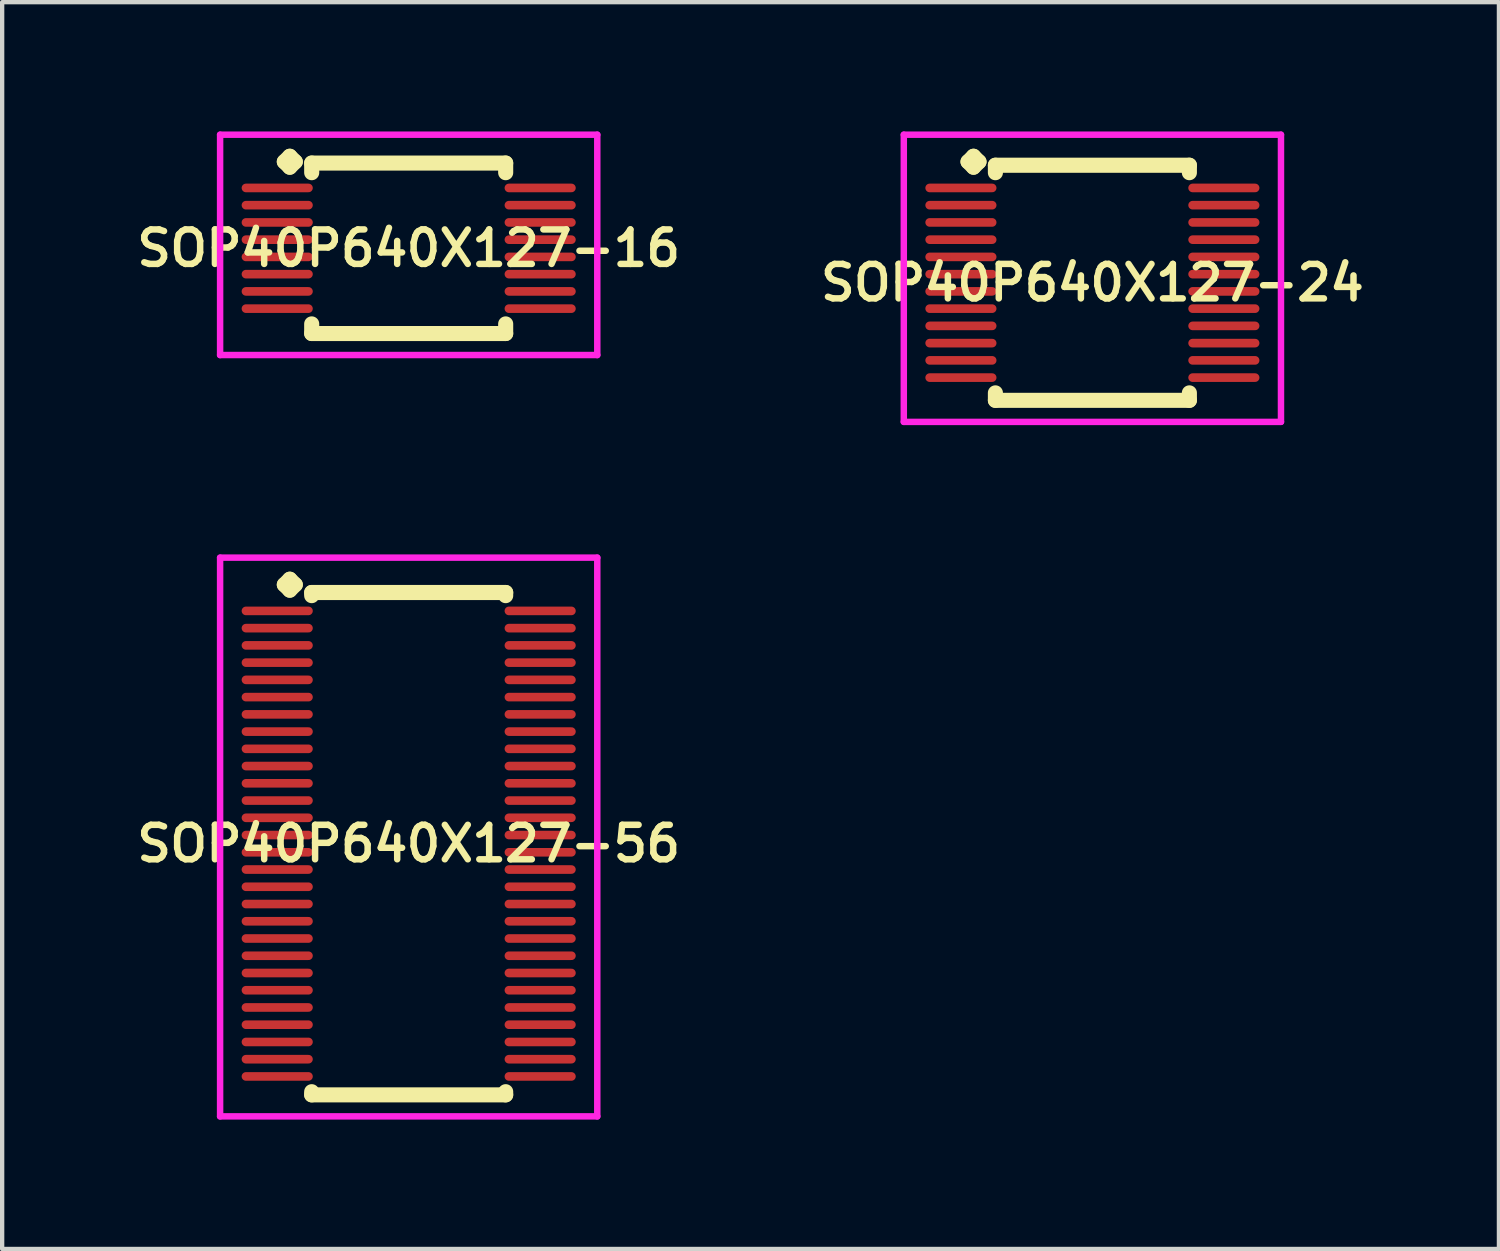
<source format=kicad_pcb>
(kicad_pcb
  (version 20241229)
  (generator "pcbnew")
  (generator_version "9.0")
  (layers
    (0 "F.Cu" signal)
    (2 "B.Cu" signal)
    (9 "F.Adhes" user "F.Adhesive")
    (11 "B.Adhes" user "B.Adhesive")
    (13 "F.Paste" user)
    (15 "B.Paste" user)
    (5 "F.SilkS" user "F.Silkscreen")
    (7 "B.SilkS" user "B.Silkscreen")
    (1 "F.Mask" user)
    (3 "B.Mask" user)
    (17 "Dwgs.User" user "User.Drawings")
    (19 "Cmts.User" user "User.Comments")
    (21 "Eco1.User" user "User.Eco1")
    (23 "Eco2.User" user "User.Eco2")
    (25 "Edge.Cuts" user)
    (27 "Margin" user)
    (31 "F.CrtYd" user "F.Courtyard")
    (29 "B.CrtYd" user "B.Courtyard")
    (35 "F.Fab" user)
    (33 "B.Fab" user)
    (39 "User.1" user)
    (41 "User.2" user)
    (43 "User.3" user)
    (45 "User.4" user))
  (footprint "SOP40P640X127-16"
    (layer "F.Cu")
    (at 6.431 2.71)
    (property "Reference" "SOP40P640X127-16" (at 0 0 0) (layer "F.SilkS") (effects (font (size 0.8 0.8) (thickness 0.15))))
    (attr smd)
    (fp_line (start -2.885 -2.008) (end -2.758 -2.135) (stroke (width 0.35) (type solid)) (layer "F.SilkS"))
    (fp_line (start -2.758 -2.135) (end -2.631 -2.008) (stroke (width 0.35) (type solid)) (layer "F.SilkS"))
    (fp_line (start -2.758 -1.881) (end -2.885 -2.008) (stroke (width 0.35) (type solid)) (layer "F.SilkS"))
    (fp_line (start -2.631 -2.008) (end -2.758 -1.881) (stroke (width 0.35) (type solid)) (layer "F.SilkS"))
    (fp_line (start -2.25 -1.977) (end 2.25 -1.977) (stroke (width 0.35) (type solid)) (layer "F.SilkS"))
    (fp_line (start -2.25 -1.754) (end -2.25 -1.977) (stroke (width 0.35) (type solid)) (layer "F.SilkS"))
    (fp_line (start -2.25 1.754) (end -2.25 1.977) (stroke (width 0.35) (type solid)) (layer "F.SilkS"))
    (fp_line (start -2.25 1.977) (end 2.25 1.977) (stroke (width 0.35) (type solid)) (layer "F.SilkS"))
    (fp_line (start 2.25 -1.977) (end 2.25 -1.754) (stroke (width 0.35) (type solid)) (layer "F.SilkS"))
    (fp_line (start 2.25 1.977) (end 2.25 1.754) (stroke (width 0.35) (type solid)) (layer "F.SilkS"))
    (fp_line (start -4.375 -2.635) (end 4.375 -2.635) (stroke (width 0.15) (type solid)) (layer "F.CrtYd"))
    (fp_line (start -4.375 2.477) (end -4.375 -2.635) (stroke (width 0.15) (type solid)) (layer "F.CrtYd"))
    (fp_line (start 4.375 -2.635) (end 4.375 2.477) (stroke (width 0.15) (type solid)) (layer "F.CrtYd"))
    (fp_line (start 4.375 2.477) (end -4.375 2.477) (stroke (width 0.15) (type solid)) (layer "F.CrtYd"))
    (pad "1" smd oval (at -3.05 -1.4) (size 1.65 0.2) (layers "F.Cu" "F.Mask" "F.Paste"))
    (pad "2" smd oval (at -3.05 -1) (size 1.65 0.2) (layers "F.Cu" "F.Mask" "F.Paste"))
    (pad "3" smd oval (at -3.05 -0.6) (size 1.65 0.2) (layers "F.Cu" "F.Mask" "F.Paste"))
    (pad "4" smd oval (at -3.05 -0.2) (size 1.65 0.2) (layers "F.Cu" "F.Mask" "F.Paste"))
    (pad "5" smd oval (at -3.05 0.2) (size 1.65 0.2) (layers "F.Cu" "F.Mask" "F.Paste"))
    (pad "6" smd oval (at -3.05 0.6) (size 1.65 0.2) (layers "F.Cu" "F.Mask" "F.Paste"))
    (pad "7" smd oval (at -3.05 1) (size 1.65 0.2) (layers "F.Cu" "F.Mask" "F.Paste"))
    (pad "8" smd oval (at -3.05 1.4) (size 1.65 0.2) (layers "F.Cu" "F.Mask" "F.Paste"))
    (pad "9" smd oval (at 3.05 1.4) (size 1.65 0.2) (layers "F.Cu" "F.Mask" "F.Paste"))
    (pad "10" smd oval (at 3.05 1) (size 1.65 0.2) (layers "F.Cu" "F.Mask" "F.Paste"))
    (pad "11" smd oval (at 3.05 0.6) (size 1.65 0.2) (layers "F.Cu" "F.Mask" "F.Paste"))
    (pad "12" smd oval (at 3.05 0.2) (size 1.65 0.2) (layers "F.Cu" "F.Mask" "F.Paste"))
    (pad "13" smd oval (at 3.05 -0.2) (size 1.65 0.2) (layers "F.Cu" "F.Mask" "F.Paste"))
    (pad "14" smd oval (at 3.05 -0.6) (size 1.65 0.2) (layers "F.Cu" "F.Mask" "F.Paste"))
    (pad "15" smd oval (at 3.05 -1) (size 1.65 0.2) (layers "F.Cu" "F.Mask" "F.Paste"))
    (pad "16" smd oval (at 3.05 -1.4) (size 1.65 0.2) (layers "F.Cu" "F.Mask" "F.Paste")))
  (footprint "SOP40P640X127-24"
    (layer "F.Cu")
    (at 22.292 3.51)
    (property "Reference" "SOP40P640X127-24" (at 0 0 0) (layer "F.SilkS") (effects (font (size 0.8 0.8) (thickness 0.15))))
    (attr smd)
    (fp_line (start -2.885 -2.808) (end -2.758 -2.935) (stroke (width 0.35) (type solid)) (layer "F.SilkS"))
    (fp_line (start -2.758 -2.935) (end -2.631 -2.808) (stroke (width 0.35) (type solid)) (layer "F.SilkS"))
    (fp_line (start -2.758 -2.681) (end -2.885 -2.808) (stroke (width 0.35) (type solid)) (layer "F.SilkS"))
    (fp_line (start -2.631 -2.808) (end -2.758 -2.681) (stroke (width 0.35) (type solid)) (layer "F.SilkS"))
    (fp_line (start -2.25 -2.727) (end 2.25 -2.727) (stroke (width 0.35) (type solid)) (layer "F.SilkS"))
    (fp_line (start -2.25 -2.554) (end -2.25 -2.727) (stroke (width 0.35) (type solid)) (layer "F.SilkS"))
    (fp_line (start -2.25 2.554) (end -2.25 2.727) (stroke (width 0.35) (type solid)) (layer "F.SilkS"))
    (fp_line (start -2.25 2.727) (end 2.25 2.727) (stroke (width 0.35) (type solid)) (layer "F.SilkS"))
    (fp_line (start 2.25 -2.727) (end 2.25 -2.554) (stroke (width 0.35) (type solid)) (layer "F.SilkS"))
    (fp_line (start 2.25 2.727) (end 2.25 2.554) (stroke (width 0.35) (type solid)) (layer "F.SilkS"))
    (fp_line (start -4.375 -3.435) (end 4.375 -3.435) (stroke (width 0.15) (type solid)) (layer "F.CrtYd"))
    (fp_line (start -4.375 3.227) (end -4.375 -3.435) (stroke (width 0.15) (type solid)) (layer "F.CrtYd"))
    (fp_line (start 4.375 -3.435) (end 4.375 3.227) (stroke (width 0.15) (type solid)) (layer "F.CrtYd"))
    (fp_line (start 4.375 3.227) (end -4.375 3.227) (stroke (width 0.15) (type solid)) (layer "F.CrtYd"))
    (pad "1" smd oval (at -3.05 -2.2) (size 1.65 0.2) (layers "F.Cu" "F.Mask" "F.Paste"))
    (pad "2" smd oval (at -3.05 -1.8) (size 1.65 0.2) (layers "F.Cu" "F.Mask" "F.Paste"))
    (pad "3" smd oval (at -3.05 -1.4) (size 1.65 0.2) (layers "F.Cu" "F.Mask" "F.Paste"))
    (pad "4" smd oval (at -3.05 -1) (size 1.65 0.2) (layers "F.Cu" "F.Mask" "F.Paste"))
    (pad "5" smd oval (at -3.05 -0.6) (size 1.65 0.2) (layers "F.Cu" "F.Mask" "F.Paste"))
    (pad "6" smd oval (at -3.05 -0.2) (size 1.65 0.2) (layers "F.Cu" "F.Mask" "F.Paste"))
    (pad "7" smd oval (at -3.05 0.2) (size 1.65 0.2) (layers "F.Cu" "F.Mask" "F.Paste"))
    (pad "8" smd oval (at -3.05 0.6) (size 1.65 0.2) (layers "F.Cu" "F.Mask" "F.Paste"))
    (pad "9" smd oval (at -3.05 1) (size 1.65 0.2) (layers "F.Cu" "F.Mask" "F.Paste"))
    (pad "10" smd oval (at -3.05 1.4) (size 1.65 0.2) (layers "F.Cu" "F.Mask" "F.Paste"))
    (pad "11" smd oval (at -3.05 1.8) (size 1.65 0.2) (layers "F.Cu" "F.Mask" "F.Paste"))
    (pad "12" smd oval (at -3.05 2.2) (size 1.65 0.2) (layers "F.Cu" "F.Mask" "F.Paste"))
    (pad "13" smd oval (at 3.05 2.2) (size 1.65 0.2) (layers "F.Cu" "F.Mask" "F.Paste"))
    (pad "14" smd oval (at 3.05 1.8) (size 1.65 0.2) (layers "F.Cu" "F.Mask" "F.Paste"))
    (pad "15" smd oval (at 3.05 1.4) (size 1.65 0.2) (layers "F.Cu" "F.Mask" "F.Paste"))
    (pad "16" smd oval (at 3.05 1) (size 1.65 0.2) (layers "F.Cu" "F.Mask" "F.Paste"))
    (pad "17" smd oval (at 3.05 0.6) (size 1.65 0.2) (layers "F.Cu" "F.Mask" "F.Paste"))
    (pad "18" smd oval (at 3.05 0.2) (size 1.65 0.2) (layers "F.Cu" "F.Mask" "F.Paste"))
    (pad "19" smd oval (at 3.05 -0.2) (size 1.65 0.2) (layers "F.Cu" "F.Mask" "F.Paste"))
    (pad "20" smd oval (at 3.05 -0.6) (size 1.65 0.2) (layers "F.Cu" "F.Mask" "F.Paste"))
    (pad "21" smd oval (at 3.05 -1) (size 1.65 0.2) (layers "F.Cu" "F.Mask" "F.Paste"))
    (pad "22" smd oval (at 3.05 -1.4) (size 1.65 0.2) (layers "F.Cu" "F.Mask" "F.Paste"))
    (pad "23" smd oval (at 3.05 -1.8) (size 1.65 0.2) (layers "F.Cu" "F.Mask" "F.Paste"))
    (pad "24" smd oval (at 3.05 -2.2) (size 1.65 0.2) (layers "F.Cu" "F.Mask" "F.Paste")))
  (footprint "SOP40P640X127-56"
    (layer "F.Cu")
    (at 6.431 16.522)
    (property "Reference" "SOP40P640X127-56" (at 0 0 0) (layer "F.SilkS") (effects (font (size 0.8 0.8) (thickness 0.15))))
    (attr smd)
    (fp_line (start -2.885 -6.008) (end -2.758 -6.135) (stroke (width 0.35) (type solid)) (layer "F.SilkS"))
    (fp_line (start -2.758 -6.135) (end -2.631 -6.008) (stroke (width 0.35) (type solid)) (layer "F.SilkS"))
    (fp_line (start -2.758 -5.881) (end -2.885 -6.008) (stroke (width 0.35) (type solid)) (layer "F.SilkS"))
    (fp_line (start -2.631 -6.008) (end -2.758 -5.881) (stroke (width 0.35) (type solid)) (layer "F.SilkS"))
    (fp_line (start -2.25 -5.827) (end 2.25 -5.827) (stroke (width 0.35) (type solid)) (layer "F.SilkS"))
    (fp_line (start -2.25 -5.754) (end -2.25 -5.827) (stroke (width 0.35) (type solid)) (layer "F.SilkS"))
    (fp_line (start -2.25 5.754) (end -2.25 5.827) (stroke (width 0.35) (type solid)) (layer "F.SilkS"))
    (fp_line (start -2.25 5.827) (end 2.25 5.827) (stroke (width 0.35) (type solid)) (layer "F.SilkS"))
    (fp_line (start 2.25 -5.827) (end 2.25 -5.754) (stroke (width 0.35) (type solid)) (layer "F.SilkS"))
    (fp_line (start 2.25 5.827) (end 2.25 5.754) (stroke (width 0.35) (type solid)) (layer "F.SilkS"))
    (fp_line (start -4.375 -6.635) (end 4.375 -6.635) (stroke (width 0.15) (type solid)) (layer "F.CrtYd"))
    (fp_line (start -4.375 6.327) (end -4.375 -6.635) (stroke (width 0.15) (type solid)) (layer "F.CrtYd"))
    (fp_line (start 4.375 -6.635) (end 4.375 6.327) (stroke (width 0.15) (type solid)) (layer "F.CrtYd"))
    (fp_line (start 4.375 6.327) (end -4.375 6.327) (stroke (width 0.15) (type solid)) (layer "F.CrtYd"))
    (pad "1" smd oval (at -3.05 -5.4) (size 1.65 0.2) (layers "F.Cu" "F.Mask" "F.Paste"))
    (pad "2" smd oval (at -3.05 -5) (size 1.65 0.2) (layers "F.Cu" "F.Mask" "F.Paste"))
    (pad "3" smd oval (at -3.05 -4.6) (size 1.65 0.2) (layers "F.Cu" "F.Mask" "F.Paste"))
    (pad "4" smd oval (at -3.05 -4.2) (size 1.65 0.2) (layers "F.Cu" "F.Mask" "F.Paste"))
    (pad "5" smd oval (at -3.05 -3.8) (size 1.65 0.2) (layers "F.Cu" "F.Mask" "F.Paste"))
    (pad "6" smd oval (at -3.05 -3.4) (size 1.65 0.2) (layers "F.Cu" "F.Mask" "F.Paste"))
    (pad "7" smd oval (at -3.05 -3) (size 1.65 0.2) (layers "F.Cu" "F.Mask" "F.Paste"))
    (pad "8" smd oval (at -3.05 -2.6) (size 1.65 0.2) (layers "F.Cu" "F.Mask" "F.Paste"))
    (pad "9" smd oval (at -3.05 -2.2) (size 1.65 0.2) (layers "F.Cu" "F.Mask" "F.Paste"))
    (pad "10" smd oval (at -3.05 -1.8) (size 1.65 0.2) (layers "F.Cu" "F.Mask" "F.Paste"))
    (pad "11" smd oval (at -3.05 -1.4) (size 1.65 0.2) (layers "F.Cu" "F.Mask" "F.Paste"))
    (pad "12" smd oval (at -3.05 -1) (size 1.65 0.2) (layers "F.Cu" "F.Mask" "F.Paste"))
    (pad "13" smd oval (at -3.05 -0.6) (size 1.65 0.2) (layers "F.Cu" "F.Mask" "F.Paste"))
    (pad "14" smd oval (at -3.05 -0.2) (size 1.65 0.2) (layers "F.Cu" "F.Mask" "F.Paste"))
    (pad "15" smd oval (at -3.05 0.2) (size 1.65 0.2) (layers "F.Cu" "F.Mask" "F.Paste"))
    (pad "16" smd oval (at -3.05 0.6) (size 1.65 0.2) (layers "F.Cu" "F.Mask" "F.Paste"))
    (pad "17" smd oval (at -3.05 1) (size 1.65 0.2) (layers "F.Cu" "F.Mask" "F.Paste"))
    (pad "18" smd oval (at -3.05 1.4) (size 1.65 0.2) (layers "F.Cu" "F.Mask" "F.Paste"))
    (pad "19" smd oval (at -3.05 1.8) (size 1.65 0.2) (layers "F.Cu" "F.Mask" "F.Paste"))
    (pad "20" smd oval (at -3.05 2.2) (size 1.65 0.2) (layers "F.Cu" "F.Mask" "F.Paste"))
    (pad "21" smd oval (at -3.05 2.6) (size 1.65 0.2) (layers "F.Cu" "F.Mask" "F.Paste"))
    (pad "22" smd oval (at -3.05 3) (size 1.65 0.2) (layers "F.Cu" "F.Mask" "F.Paste"))
    (pad "23" smd oval (at -3.05 3.4) (size 1.65 0.2) (layers "F.Cu" "F.Mask" "F.Paste"))
    (pad "24" smd oval (at -3.05 3.8) (size 1.65 0.2) (layers "F.Cu" "F.Mask" "F.Paste"))
    (pad "25" smd oval (at -3.05 4.2) (size 1.65 0.2) (layers "F.Cu" "F.Mask" "F.Paste"))
    (pad "26" smd oval (at -3.05 4.6) (size 1.65 0.2) (layers "F.Cu" "F.Mask" "F.Paste"))
    (pad "27" smd oval (at -3.05 5) (size 1.65 0.2) (layers "F.Cu" "F.Mask" "F.Paste"))
    (pad "28" smd oval (at -3.05 5.4) (size 1.65 0.2) (layers "F.Cu" "F.Mask" "F.Paste"))
    (pad "29" smd oval (at 3.05 5.4) (size 1.65 0.2) (layers "F.Cu" "F.Mask" "F.Paste"))
    (pad "30" smd oval (at 3.05 5) (size 1.65 0.2) (layers "F.Cu" "F.Mask" "F.Paste"))
    (pad "31" smd oval (at 3.05 4.6) (size 1.65 0.2) (layers "F.Cu" "F.Mask" "F.Paste"))
    (pad "32" smd oval (at 3.05 4.2) (size 1.65 0.2) (layers "F.Cu" "F.Mask" "F.Paste"))
    (pad "33" smd oval (at 3.05 3.8) (size 1.65 0.2) (layers "F.Cu" "F.Mask" "F.Paste"))
    (pad "34" smd oval (at 3.05 3.4) (size 1.65 0.2) (layers "F.Cu" "F.Mask" "F.Paste"))
    (pad "35" smd oval (at 3.05 3) (size 1.65 0.2) (layers "F.Cu" "F.Mask" "F.Paste"))
    (pad "36" smd oval (at 3.05 2.6) (size 1.65 0.2) (layers "F.Cu" "F.Mask" "F.Paste"))
    (pad "37" smd oval (at 3.05 2.2) (size 1.65 0.2) (layers "F.Cu" "F.Mask" "F.Paste"))
    (pad "38" smd oval (at 3.05 1.8) (size 1.65 0.2) (layers "F.Cu" "F.Mask" "F.Paste"))
    (pad "39" smd oval (at 3.05 1.4) (size 1.65 0.2) (layers "F.Cu" "F.Mask" "F.Paste"))
    (pad "40" smd oval (at 3.05 1) (size 1.65 0.2) (layers "F.Cu" "F.Mask" "F.Paste"))
    (pad "41" smd oval (at 3.05 0.6) (size 1.65 0.2) (layers "F.Cu" "F.Mask" "F.Paste"))
    (pad "42" smd oval (at 3.05 0.2) (size 1.65 0.2) (layers "F.Cu" "F.Mask" "F.Paste"))
    (pad "43" smd oval (at 3.05 -0.2) (size 1.65 0.2) (layers "F.Cu" "F.Mask" "F.Paste"))
    (pad "44" smd oval (at 3.05 -0.6) (size 1.65 0.2) (layers "F.Cu" "F.Mask" "F.Paste"))
    (pad "45" smd oval (at 3.05 -1) (size 1.65 0.2) (layers "F.Cu" "F.Mask" "F.Paste"))
    (pad "46" smd oval (at 3.05 -1.4) (size 1.65 0.2) (layers "F.Cu" "F.Mask" "F.Paste"))
    (pad "47" smd oval (at 3.05 -1.8) (size 1.65 0.2) (layers "F.Cu" "F.Mask" "F.Paste"))
    (pad "48" smd oval (at 3.05 -2.2) (size 1.65 0.2) (layers "F.Cu" "F.Mask" "F.Paste"))
    (pad "49" smd oval (at 3.05 -2.6) (size 1.65 0.2) (layers "F.Cu" "F.Mask" "F.Paste"))
    (pad "50" smd oval (at 3.05 -3) (size 1.65 0.2) (layers "F.Cu" "F.Mask" "F.Paste"))
    (pad "51" smd oval (at 3.05 -3.4) (size 1.65 0.2) (layers "F.Cu" "F.Mask" "F.Paste"))
    (pad "52" smd oval (at 3.05 -3.8) (size 1.65 0.2) (layers "F.Cu" "F.Mask" "F.Paste"))
    (pad "53" smd oval (at 3.05 -4.2) (size 1.65 0.2) (layers "F.Cu" "F.Mask" "F.Paste"))
    (pad "54" smd oval (at 3.05 -4.6) (size 1.65 0.2) (layers "F.Cu" "F.Mask" "F.Paste"))
    (pad "55" smd oval (at 3.05 -5) (size 1.65 0.2) (layers "F.Cu" "F.Mask" "F.Paste"))
    (pad "56" smd oval (at 3.05 -5.4) (size 1.65 0.2) (layers "F.Cu" "F.Mask" "F.Paste")))
  (gr_rect
    (start -3 -3)
    (end 31.723 25.924)
    (stroke (width 0.1) (type default))
    (fill no)
    (layer "Edge.Cuts")))
</source>
